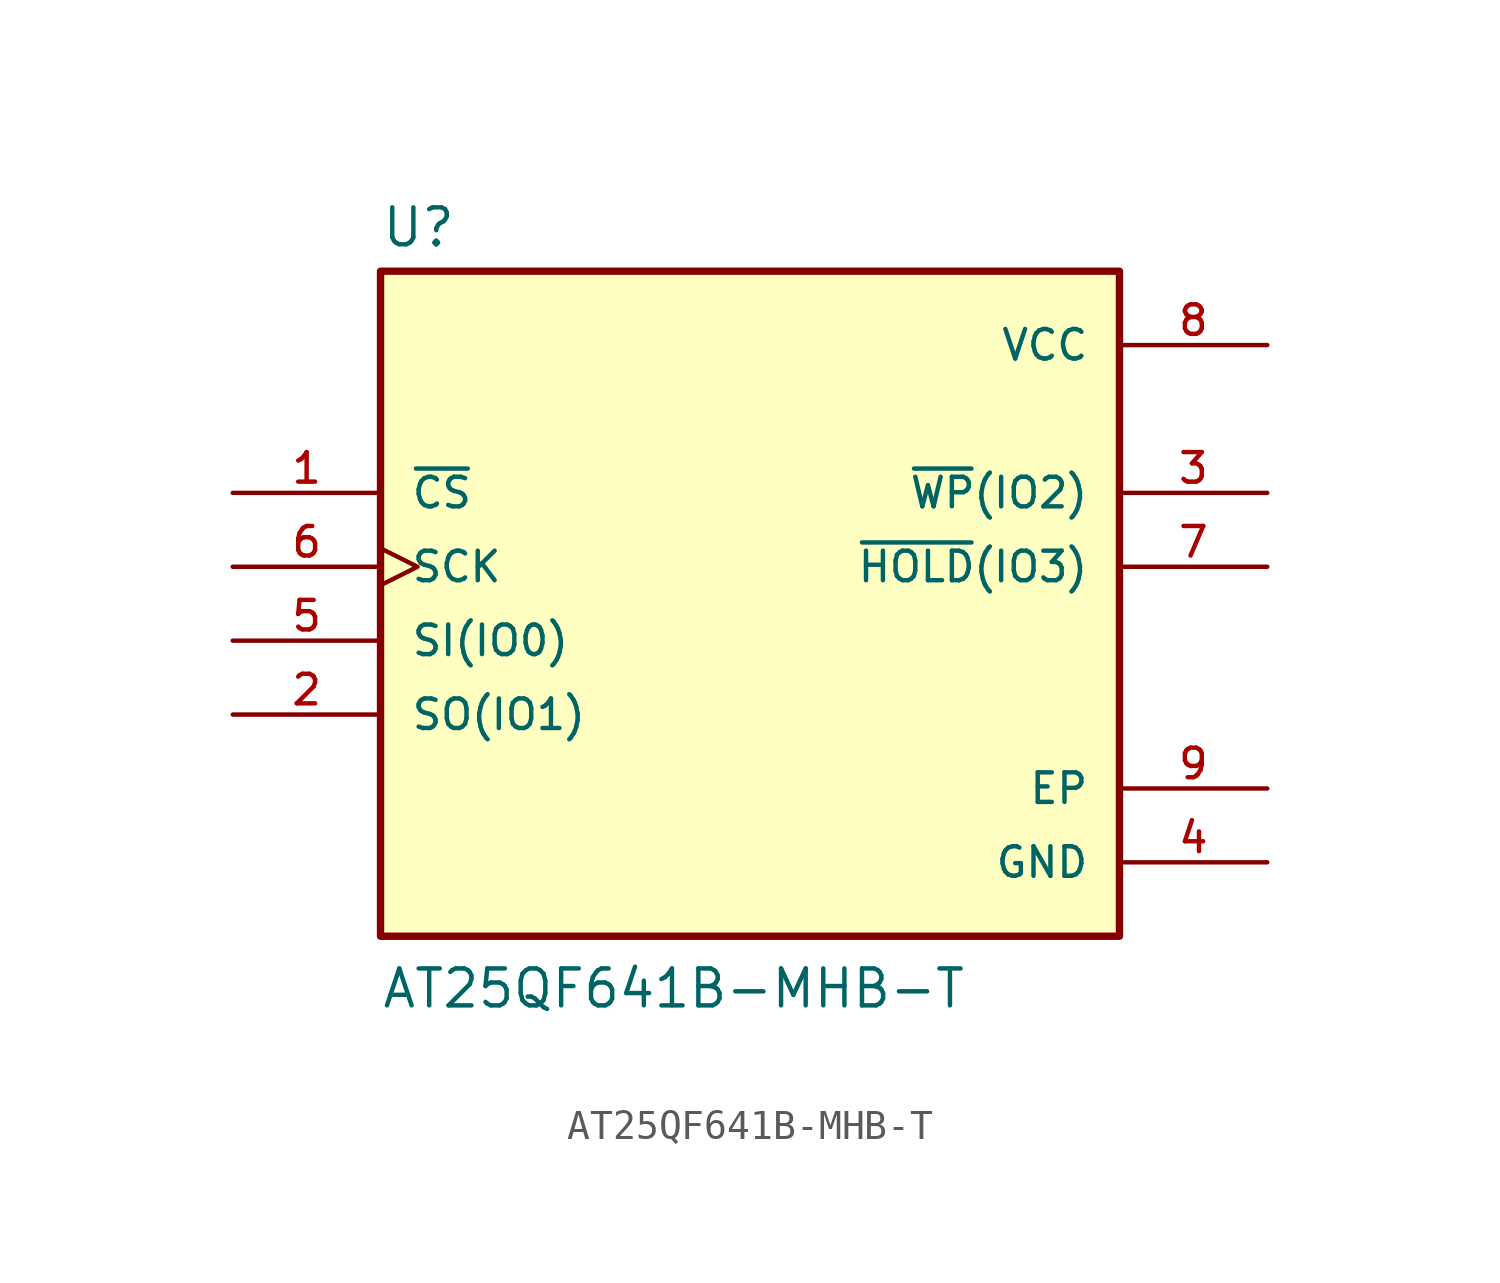
<source format=kicad_sym>
(kicad_symbol_lib
  (version 20210619)
  (generator kicad_symbol_editor)
  (symbol "AT25QF641B-MHB-T"
    (pin_names
      (offset 1.016))
    (property "Reference" "U"
      (at -12.7 13.462 0)
      (effects (font (size 1.27 1.27)) (justify left bottom)))
    (property "Value" "AT25QF641B-MHB-T"
      (at -12.7 -12.7 0)
      (effects (font (size 1.27 1.27)) (justify left bottom)))
    (property "ki_locked" ""
      (at 0 0 0)
      (effects (font (size 1.27 1.27))))
    (symbol "AT25QF641B-MHB-T_0_0"
      (rectangle (start -12.7 -10.16) (end 12.7 12.7) (stroke (width 0.254)) (fill (type background)))
      (pin input line (at -17.78 5.08 0) (length 5.08) (name "~{CS}" (effects (font (size 1.016 1.016)))) (number "1" (effects (font (size 1.016 1.016)))))
      (pin bidirectional line (at -17.78 -2.54 0) (length 5.08) (name "SO(IO1)" (effects (font (size 1.016 1.016)))) (number "2" (effects (font (size 1.016 1.016)))))
      (pin bidirectional line (at 17.78 5.08 180) (length 5.08) (name "~{WP}(IO2)" (effects (font (size 1.016 1.016)))) (number "3" (effects (font (size 1.016 1.016)))))
      (pin power_in line (at 17.78 -7.62 180) (length 5.08) (name "GND" (effects (font (size 1.016 1.016)))) (number "4" (effects (font (size 1.016 1.016)))))
      (pin bidirectional line (at -17.78 0 0) (length 5.08) (name "SI(IO0)" (effects (font (size 1.016 1.016)))) (number "5" (effects (font (size 1.016 1.016)))))
      (pin input clock (at -17.78 2.54 0) (length 5.08) (name "SCK" (effects (font (size 1.016 1.016)))) (number "6" (effects (font (size 1.016 1.016)))))
      (pin bidirectional line (at 17.78 2.54 180) (length 5.08) (name "~{HOLD}(IO3)" (effects (font (size 1.016 1.016)))) (number "7" (effects (font (size 1.016 1.016)))))
      (pin power_in line (at 17.78 10.16 180) (length 5.08) (name "VCC" (effects (font (size 1.016 1.016)))) (number "8" (effects (font (size 1.016 1.016)))))
      (pin passive line (at 17.78 -5.08 180) (length 5.08) (name "EP" (effects (font (size 1.016 1.016)))) (number "9" (effects (font (size 1.016 1.016))))))))
</source>
